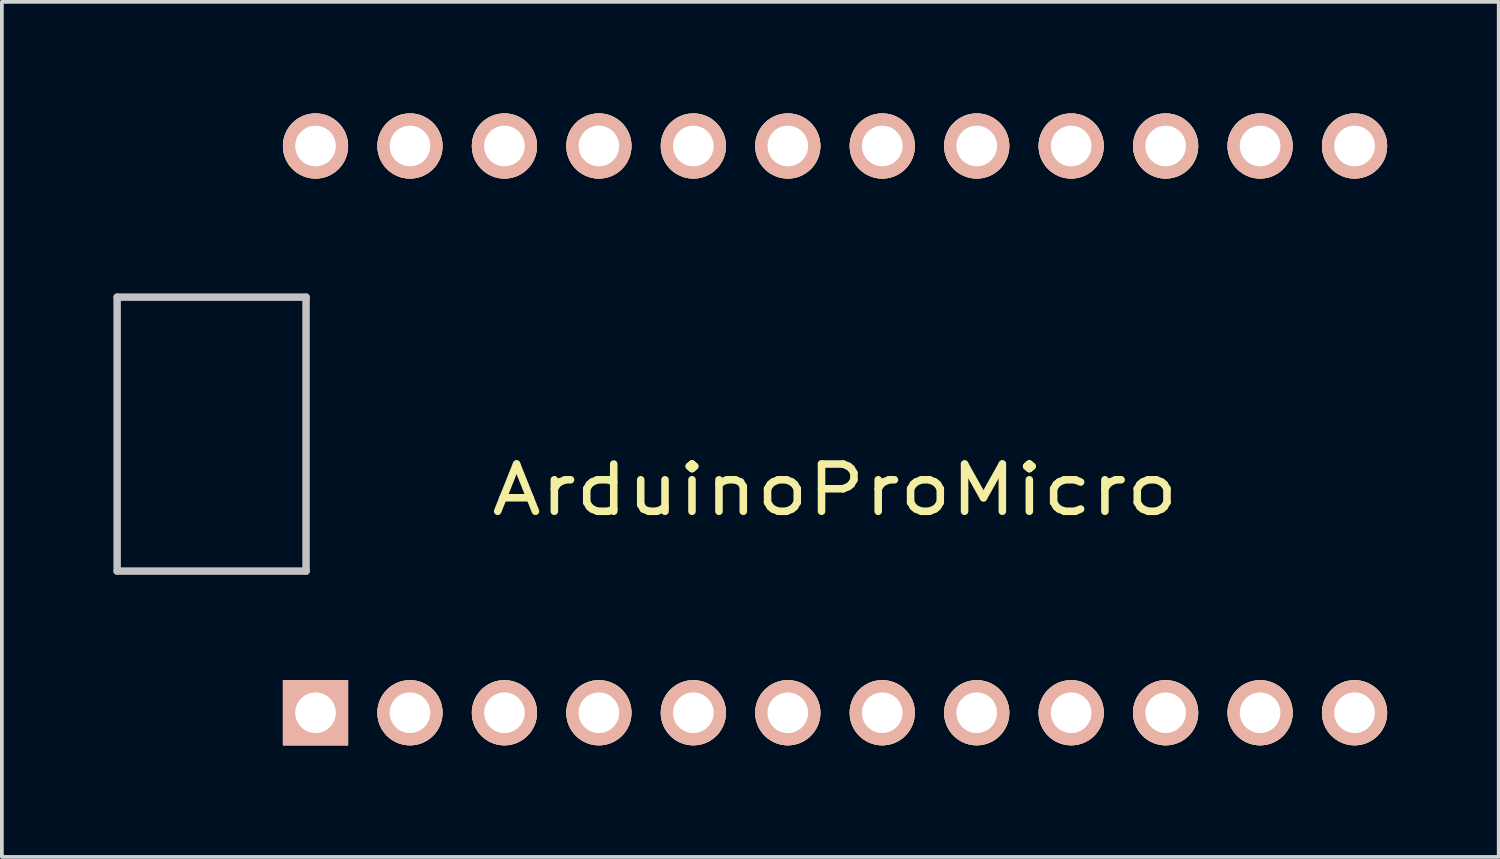
<source format=kicad_pcb>
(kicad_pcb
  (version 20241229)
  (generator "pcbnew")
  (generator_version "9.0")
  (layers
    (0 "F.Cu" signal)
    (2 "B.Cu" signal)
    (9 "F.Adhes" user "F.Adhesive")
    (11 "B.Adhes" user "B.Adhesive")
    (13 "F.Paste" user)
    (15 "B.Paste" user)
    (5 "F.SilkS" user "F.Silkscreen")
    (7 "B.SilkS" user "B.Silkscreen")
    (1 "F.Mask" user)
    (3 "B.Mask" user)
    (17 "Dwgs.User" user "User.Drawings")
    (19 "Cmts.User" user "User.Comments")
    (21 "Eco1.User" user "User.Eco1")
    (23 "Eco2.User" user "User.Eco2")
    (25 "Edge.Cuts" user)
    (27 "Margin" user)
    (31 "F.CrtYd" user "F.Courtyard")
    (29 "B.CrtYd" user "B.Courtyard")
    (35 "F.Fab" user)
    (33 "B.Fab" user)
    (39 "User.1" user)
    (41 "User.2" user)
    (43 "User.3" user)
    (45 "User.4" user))
  (footprint "ArduinoProMicro"
    (layer "F.Cu")
    (at 19.404 8.496)
    (property "Reference" "ArduinoProMicro" (at 0 1.625 0) (layer "F.SilkS") (effects (font (size 1.27 1.524) (thickness 0.203))))
    (attr through_hole)
    (fp_line (start -19.304 -3.556) (end -14.224 -3.556) (stroke (width 0.2) (type solid)) (layer "Dwgs.User"))
    (fp_line (start -19.304 3.81) (end -19.304 -3.556) (stroke (width 0.2) (type solid)) (layer "Dwgs.User"))
    (fp_line (start -14.224 -3.556) (end -14.224 3.81) (stroke (width 0.2) (type solid)) (layer "Dwgs.User"))
    (fp_line (start -14.224 3.81) (end -19.304 3.81) (stroke (width 0.2) (type solid)) (layer "Dwgs.User"))
    (pad "1" thru_hole rect (at -13.97 7.62) (size 1.753 1.753) (drill 1.092) (layers "*.Cu" "*.SilkS" "*.Mask"))
    (pad "2" thru_hole circle (at -11.43 7.62) (size 1.753 1.753) (drill 1.092) (layers "*.Cu" "*.SilkS" "*.Mask"))
    (pad "3" thru_hole circle (at -8.89 7.62) (size 1.753 1.753) (drill 1.092) (layers "*.Cu" "*.SilkS" "*.Mask"))
    (pad "4" thru_hole circle (at -6.35 7.62) (size 1.753 1.753) (drill 1.092) (layers "*.Cu" "*.SilkS" "*.Mask"))
    (pad "5" thru_hole circle (at -3.81 7.62) (size 1.753 1.753) (drill 1.092) (layers "*.Cu" "*.SilkS" "*.Mask"))
    (pad "6" thru_hole circle (at -1.27 7.62) (size 1.753 1.753) (drill 1.092) (layers "*.Cu" "*.SilkS" "*.Mask"))
    (pad "7" thru_hole circle (at 1.27 7.62) (size 1.753 1.753) (drill 1.092) (layers "*.Cu" "*.SilkS" "*.Mask"))
    (pad "8" thru_hole circle (at 3.81 7.62) (size 1.753 1.753) (drill 1.092) (layers "*.Cu" "*.SilkS" "*.Mask"))
    (pad "9" thru_hole circle (at 6.35 7.62) (size 1.753 1.753) (drill 1.092) (layers "*.Cu" "*.SilkS" "*.Mask"))
    (pad "10" thru_hole circle (at 8.89 7.62) (size 1.753 1.753) (drill 1.092) (layers "*.Cu" "*.SilkS" "*.Mask"))
    (pad "11" thru_hole circle (at 11.43 7.62) (size 1.753 1.753) (drill 1.092) (layers "*.Cu" "*.SilkS" "*.Mask"))
    (pad "12" thru_hole circle (at 13.97 7.62) (size 1.753 1.753) (drill 1.092) (layers "*.Cu" "*.SilkS" "*.Mask"))
    (pad "13" thru_hole circle (at 13.97 -7.62) (size 1.753 1.753) (drill 1.092) (layers "*.Cu" "*.SilkS" "*.Mask"))
    (pad "14" thru_hole circle (at 11.43 -7.62) (size 1.753 1.753) (drill 1.092) (layers "*.Cu" "*.SilkS" "*.Mask"))
    (pad "15" thru_hole circle (at 8.89 -7.62) (size 1.753 1.753) (drill 1.092) (layers "*.Cu" "*.SilkS" "*.Mask"))
    (pad "16" thru_hole circle (at 6.35 -7.62) (size 1.753 1.753) (drill 1.092) (layers "*.Cu" "*.SilkS" "*.Mask"))
    (pad "17" thru_hole circle (at 3.81 -7.62) (size 1.753 1.753) (drill 1.092) (layers "*.Cu" "*.SilkS" "*.Mask"))
    (pad "18" thru_hole circle (at 1.27 -7.62) (size 1.753 1.753) (drill 1.092) (layers "*.Cu" "*.SilkS" "*.Mask"))
    (pad "19" thru_hole circle (at -1.27 -7.62) (size 1.753 1.753) (drill 1.092) (layers "*.Cu" "*.SilkS" "*.Mask"))
    (pad "20" thru_hole circle (at -3.81 -7.62) (size 1.753 1.753) (drill 1.092) (layers "*.Cu" "*.SilkS" "*.Mask"))
    (pad "21" thru_hole circle (at -6.35 -7.62) (size 1.753 1.753) (drill 1.092) (layers "*.Cu" "*.SilkS" "*.Mask"))
    (pad "22" thru_hole circle (at -8.89 -7.62) (size 1.753 1.753) (drill 1.092) (layers "*.Cu" "*.SilkS" "*.Mask"))
    (pad "23" thru_hole circle (at -11.43 -7.62) (size 1.753 1.753) (drill 1.092) (layers "*.Cu" "*.SilkS" "*.Mask"))
    (pad "24" thru_hole circle (at -13.97 -7.62) (size 1.753 1.753) (drill 1.092) (layers "*.Cu" "*.SilkS" "*.Mask")))
  (gr_rect
    (start -3 -3)
    (end 37.25 19.993)
    (stroke (width 0.1) (type default))
    (fill no)
    (layer "Edge.Cuts")))
</source>
